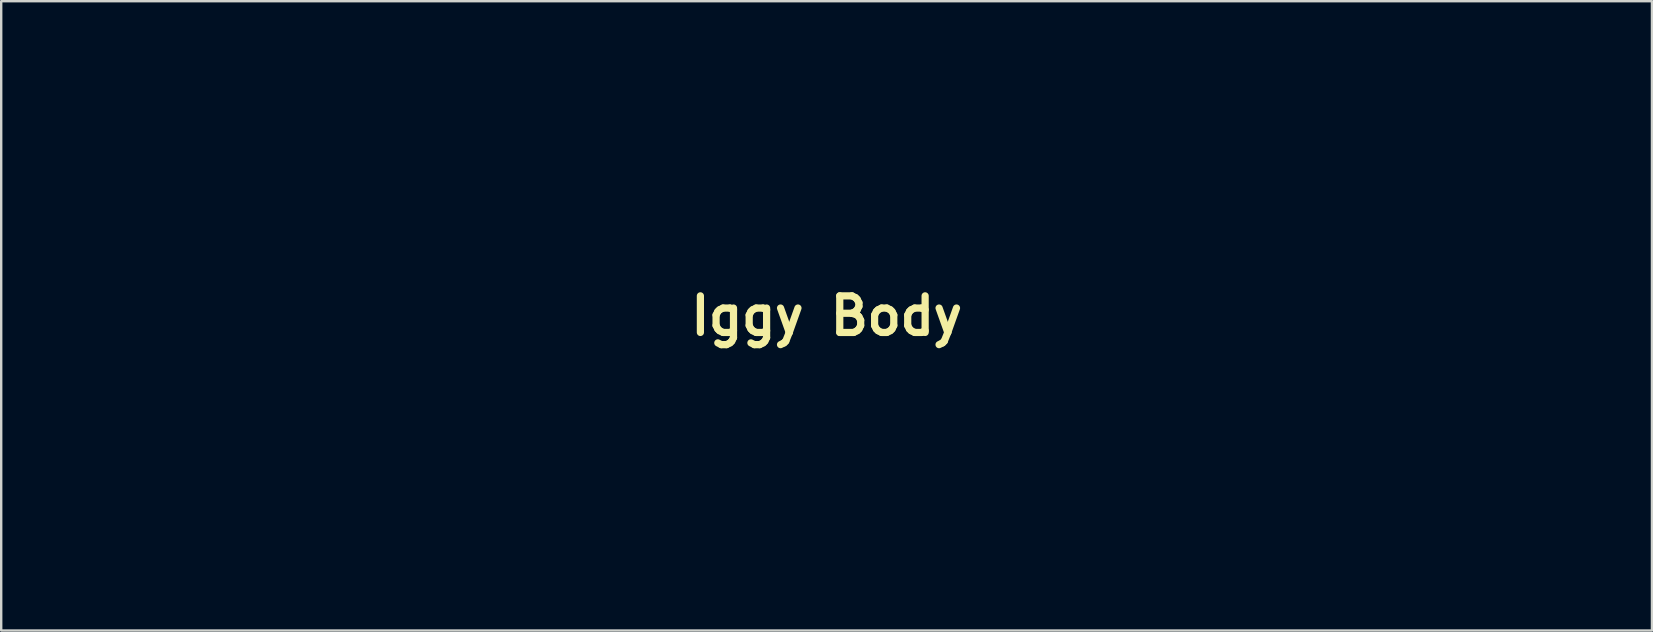
<source format=kicad_pcb>
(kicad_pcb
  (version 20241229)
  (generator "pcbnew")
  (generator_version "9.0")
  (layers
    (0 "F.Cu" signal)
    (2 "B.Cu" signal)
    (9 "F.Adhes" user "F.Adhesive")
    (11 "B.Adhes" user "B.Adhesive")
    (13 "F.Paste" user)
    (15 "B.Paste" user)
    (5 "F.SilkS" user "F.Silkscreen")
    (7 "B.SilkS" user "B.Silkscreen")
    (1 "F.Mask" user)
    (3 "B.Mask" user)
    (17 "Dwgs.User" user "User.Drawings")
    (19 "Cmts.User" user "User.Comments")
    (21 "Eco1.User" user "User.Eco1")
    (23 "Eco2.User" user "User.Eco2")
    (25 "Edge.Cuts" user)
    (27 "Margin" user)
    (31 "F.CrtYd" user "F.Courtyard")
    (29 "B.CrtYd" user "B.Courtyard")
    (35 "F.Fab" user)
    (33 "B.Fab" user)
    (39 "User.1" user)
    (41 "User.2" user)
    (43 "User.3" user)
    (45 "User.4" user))
  (footprint "Iggy Body"
    (layer "F.Cu")
    (at 31.388 10.109)
    (property "Reference" "Iggy Body" (at 0 0 0) (layer "F.SilkS") (effects (font (size 1.524 1.524) (thickness 0.3))))
    (attr through_hole)
    (fp_poly (pts (xy -24.613 -10.078) (xy -24.281 -10.024) (xy -23.98 -9.941) (xy -23.719 -9.834) (xy -23.584 -9.758) (xy -23.419 -9.649) (xy -23.228 -9.512) (xy -23.014 -9.349) (xy -22.782 -9.161) (xy -22.535 -8.954) (xy -22.276 -8.728) (xy -22.26 -8.713) (xy -22.023 -8.508) (xy -21.763 -8.293) (xy -21.49 -8.076) (xy -21.216 -7.865) (xy -20.951 -7.669) (xy -20.706 -7.496) (xy -20.622 -7.44) (xy -20.341 -7.265) (xy -20.072 -7.122) (xy -19.804 -7.01) (xy -19.529 -6.923) (xy -19.234 -6.86) (xy -18.911 -6.816) (xy -18.67 -6.796) (xy -18.301 -6.782) (xy -17.946 -6.794) (xy -17.591 -6.833) (xy -17.226 -6.9) (xy -16.838 -6.996) (xy -16.759 -7.018) (xy -16.589 -7.069) (xy -16.422 -7.123) (xy -16.25 -7.182) (xy -16.067 -7.25) (xy -15.864 -7.33) (xy -15.636 -7.423) (xy -15.376 -7.533) (xy -15.216 -7.601) (xy -14.717 -7.812) (xy -14.254 -8.001) (xy -13.824 -8.167) (xy -13.421 -8.314) (xy -13.041 -8.442) (xy -12.678 -8.553) (xy -12.329 -8.648) (xy -11.987 -8.728) (xy -11.648 -8.796) (xy -11.308 -8.852) (xy -10.961 -8.899) (xy -10.837 -8.913) (xy -10.648 -8.931) (xy -10.427 -8.949) (xy -10.17 -8.965) (xy -9.875 -8.981) (xy -9.539 -8.996) (xy -9.16 -9.011) (xy -8.83 -9.022) (xy -8.554 -9.032) (xy -8.319 -9.04) (xy -8.117 -9.048) (xy -7.941 -9.056) (xy -7.782 -9.064) (xy -7.635 -9.073) (xy -7.49 -9.084) (xy -7.34 -9.096) (xy -7.178 -9.11) (xy -7.064 -9.12) (xy -6.738 -9.148) (xy -6.451 -9.168) (xy -6.194 -9.18) (xy -5.958 -9.183) (xy -5.735 -9.178) (xy -5.514 -9.165) (xy -5.288 -9.143) (xy -5.047 -9.112) (xy -4.85 -9.082) (xy -4.721 -9.063) (xy -4.555 -9.042) (xy -4.362 -9.018) (xy -4.154 -8.993) (xy -3.942 -8.97) (xy -3.737 -8.949) (xy -3.223 -8.894) (xy -2.728 -8.835) (xy -2.241 -8.769) (xy -1.753 -8.696) (xy -1.255 -8.613) (xy -0.736 -8.52) (xy -0.186 -8.415) (xy 0.157 -8.346) (xy 0.601 -8.257) (xy 1.01 -8.176) (xy 1.383 -8.106) (xy 1.718 -8.044) (xy 2.013 -7.993) (xy 2.264 -7.953) (xy 2.472 -7.923) (xy 2.485 -7.922) (xy 2.671 -7.897) (xy 2.879 -7.87) (xy 3.088 -7.842) (xy 3.28 -7.816) (xy 3.387 -7.802) (xy 3.531 -7.783) (xy 3.711 -7.762) (xy 3.915 -7.739) (xy 4.129 -7.716) (xy 4.342 -7.695) (xy 4.487 -7.681) (xy 4.772 -7.654) (xy 5.071 -7.625) (xy 5.378 -7.594) (xy 5.687 -7.562) (xy 5.991 -7.53) (xy 6.285 -7.498) (xy 6.562 -7.467) (xy 6.815 -7.438) (xy 7.04 -7.411) (xy 7.229 -7.387) (xy 7.375 -7.367) (xy 7.378 -7.366) (xy 7.913 -7.287) (xy 8.406 -7.21) (xy 8.865 -7.136) (xy 9.297 -7.062) (xy 9.708 -6.988) (xy 10.106 -6.911) (xy 10.498 -6.832) (xy 10.89 -6.747) (xy 11.289 -6.657) (xy 11.703 -6.559) (xy 11.902 -6.511) (xy 12.085 -6.467) (xy 12.261 -6.425) (xy 12.42 -6.387) (xy 12.557 -6.355) (xy 12.663 -6.33) (xy 12.73 -6.316) (xy 12.736 -6.314) (xy 12.789 -6.303) (xy 12.884 -6.283) (xy 13.015 -6.255) (xy 13.177 -6.22) (xy 13.366 -6.179) (xy 13.575 -6.134) (xy 13.799 -6.085) (xy 14.03 -6.035) (xy 14.475 -5.938) (xy 14.874 -5.853) (xy 15.226 -5.778) (xy 15.534 -5.715) (xy 15.798 -5.662) (xy 16.018 -5.619) (xy 16.195 -5.587) (xy 16.329 -5.565) (xy 16.341 -5.564) (xy 16.409 -5.554) (xy 16.519 -5.537) (xy 16.662 -5.515) (xy 16.833 -5.488) (xy 17.025 -5.459) (xy 17.231 -5.426) (xy 17.441 -5.393) (xy 17.654 -5.36) (xy 17.85 -5.329) (xy 18.031 -5.301) (xy 18.201 -5.275) (xy 18.362 -5.252) (xy 18.517 -5.229) (xy 18.67 -5.209) (xy 18.824 -5.189) (xy 18.982 -5.17) (xy 19.146 -5.151) (xy 19.32 -5.133) (xy 19.507 -5.114) (xy 19.71 -5.095) (xy 19.932 -5.076) (xy 20.175 -5.055) (xy 20.444 -5.032) (xy 20.741 -5.008) (xy 21.068 -4.983) (xy 21.43 -4.954) (xy 21.829 -4.923) (xy 22.268 -4.89) (xy 22.751 -4.853) (xy 23.09 -4.827) (xy 23.549 -4.792) (xy 23.963 -4.76) (xy 24.336 -4.732) (xy 24.671 -4.706) (xy 24.972 -4.683) (xy 25.241 -4.663) (xy 25.483 -4.645) (xy 25.701 -4.629) (xy 25.899 -4.615) (xy 26.079 -4.602) (xy 26.245 -4.59) (xy 26.401 -4.58) (xy 26.55 -4.57) (xy 26.696 -4.561) (xy 26.842 -4.552) (xy 26.991 -4.543) (xy 27.147 -4.535) (xy 27.314 -4.525) (xy 27.494 -4.515) (xy 27.565 -4.511) (xy 27.815 -4.497) (xy 28.07 -4.481) (xy 28.324 -4.465) (xy 28.565 -4.449) (xy 28.788 -4.433) (xy 28.982 -4.418) (xy 29.139 -4.406) (xy 29.186 -4.401) (xy 29.417 -4.379) (xy 29.656 -4.354) (xy 29.898 -4.326) (xy 30.138 -4.298) (xy 30.371 -4.268) (xy 30.59 -4.239) (xy 30.792 -4.21) (xy 30.969 -4.183) (xy 31.118 -4.158) (xy 31.233 -4.136) (xy 31.308 -4.118) (xy 31.333 -4.109) (xy 31.367 -4.067) (xy 31.372 -4.008) (xy 31.348 -3.953) (xy 31.337 -3.942) (xy 31.306 -3.933) (xy 31.233 -3.924) (xy 31.117 -3.914) (xy 30.959 -3.904) (xy 30.759 -3.895) (xy 30.514 -3.885) (xy 30.226 -3.874) (xy 29.893 -3.864) (xy 29.516 -3.853) (xy 29.093 -3.842) (xy 28.625 -3.831) (xy 28.11 -3.819) (xy 27.549 -3.807) (xy 26.94 -3.795) (xy 26.284 -3.783) (xy 25.763 -3.773) (xy 25.335 -3.765) (xy 24.919 -3.755) (xy 24.51 -3.743) (xy 24.106 -3.73) (xy 23.703 -3.714) (xy 23.298 -3.697) (xy 22.887 -3.676) (xy 22.467 -3.654) (xy 22.034 -3.628) (xy 21.585 -3.599) (xy 21.116 -3.566) (xy 20.625 -3.53) (xy 20.107 -3.491) (xy 19.56 -3.447) (xy 18.979 -3.399) (xy 18.362 -3.347) (xy 17.704 -3.29) (xy 17.003 -3.228) (xy 16.752 -3.205) (xy 16.451 -3.178) (xy 16.134 -3.15) (xy 15.809 -3.121) (xy 15.485 -3.093) (xy 15.171 -3.065) (xy 14.876 -3.039) (xy 14.608 -3.015) (xy 14.376 -2.995) (xy 14.297 -2.988) (xy 13.601 -2.926) (xy 12.937 -2.864) (xy 12.304 -2.803) (xy 11.705 -2.743) (xy 11.141 -2.684) (xy 10.614 -2.626) (xy 10.125 -2.569) (xy 9.677 -2.514) (xy 9.27 -2.46) (xy 8.906 -2.409) (xy 8.588 -2.359) (xy 8.316 -2.312) (xy 8.297 -2.308) (xy 8.123 -2.273) (xy 7.91 -2.226) (xy 7.669 -2.169) (xy 7.408 -2.105) (xy 7.135 -2.035) (xy 6.859 -1.962) (xy 6.683 -1.914) (xy 6.586 -1.888) (xy 6.505 -1.864) (xy 6.434 -1.84) (xy 6.368 -1.813) (xy 6.301 -1.78) (xy 6.228 -1.736) (xy 6.143 -1.68) (xy 6.04 -1.607) (xy 5.914 -1.514) (xy 5.758 -1.397) (xy 5.624 -1.297) (xy 5.207 -0.979) (xy 4.83 -0.681) (xy 4.494 -0.402) (xy 4.199 -0.144) (xy 3.945 0.094) (xy 3.733 0.31) (xy 3.652 0.4) (xy 3.534 0.539) (xy 3.398 0.704) (xy 3.248 0.891) (xy 3.087 1.095) (xy 2.918 1.311) (xy 2.746 1.536) (xy 2.573 1.764) (xy 2.404 1.991) (xy 2.24 2.211) (xy 2.087 2.421) (xy 1.948 2.616) (xy 1.825 2.791) (xy 1.723 2.941) (xy 1.645 3.062) (xy 1.601 3.138) (xy 1.561 3.211) (xy 1.523 3.268) (xy 1.484 3.312) (xy 1.435 3.343) (xy 1.372 3.364) (xy 1.287 3.377) (xy 1.176 3.382) (xy 1.031 3.383) (xy 0.847 3.379) (xy 0.744 3.377) (xy 0.145 3.363) (xy 0.159 3.466) (xy 0.18 3.605) (xy 0.209 3.767) (xy 0.242 3.937) (xy 0.278 4.104) (xy 0.312 4.254) (xy 0.344 4.375) (xy 0.355 4.412) (xy 0.424 4.604) (xy 0.515 4.813) (xy 0.619 5.017) (xy 0.724 5.196) (xy 0.727 5.201) (xy 0.782 5.276) (xy 0.862 5.375) (xy 0.957 5.484) (xy 1.058 5.594) (xy 1.088 5.624) (xy 1.275 5.831) (xy 1.422 6.03) (xy 1.534 6.23) (xy 1.616 6.44) (xy 1.674 6.67) (xy 1.695 6.803) (xy 1.707 6.902) (xy 1.711 6.991) (xy 1.708 7.082) (xy 1.695 7.185) (xy 1.672 7.311) (xy 1.638 7.472) (xy 1.632 7.499) (xy 1.616 7.594) (xy 1.599 7.717) (xy 1.586 7.848) (xy 1.582 7.91) (xy 1.577 8.064) (xy 1.585 8.21) (xy 1.607 8.36) (xy 1.645 8.525) (xy 1.7 8.715) (xy 1.743 8.846) (xy 1.78 8.959) (xy 1.81 9.058) (xy 1.831 9.133) (xy 1.838 9.174) (xy 1.838 9.174) (xy 1.816 9.246) (xy 1.755 9.329) (xy 1.659 9.419) (xy 1.536 9.51) (xy 1.391 9.598) (xy 1.231 9.679) (xy 1.063 9.749) (xy 1.003 9.769) (xy 0.873 9.81) (xy 0.751 9.844) (xy 0.628 9.871) (xy 0.498 9.891) (xy 0.354 9.907) (xy 0.187 9.919) (xy -0.008 9.927) (xy -0.239 9.933) (xy -0.416 9.936) (xy -1.159 9.947) (xy -1.226 9.878) (xy -1.266 9.842) (xy -1.306 9.821) (xy -1.361 9.813) (xy -1.446 9.812) (xy -1.467 9.812) (xy -1.596 9.822) (xy -1.705 9.849) (xy -1.778 9.879) (xy -1.866 9.917) (xy -1.923 9.936) (xy -1.96 9.937) (xy -1.991 9.921) (xy -2.007 9.906) (xy -2.046 9.884) (xy -2.096 9.89) (xy -2.121 9.898) (xy -2.2 9.916) (xy -2.251 9.9) (xy -2.274 9.857) (xy -2.269 9.791) (xy -2.239 9.708) (xy -2.183 9.612) (xy -2.104 9.509) (xy -2.03 9.431) (xy -1.857 9.291) (xy -1.661 9.186) (xy -1.456 9.123) (xy -1.427 9.118) (xy -1.335 9.101) (xy -1.254 9.083) (xy -1.21 9.07) (xy -1.159 9.058) (xy -1.075 9.043) (xy -0.972 9.028) (xy -0.919 9.022) (xy -0.684 8.987) (xy -0.485 8.942) (xy -0.309 8.882) (xy -0.263 8.862) (xy -0.193 8.827) (xy -0.136 8.786) (xy -0.081 8.73) (xy -0.016 8.647) (xy 0.013 8.607) (xy 0.116 8.449) (xy 0.185 8.305) (xy 0.224 8.161) (xy 0.237 8.003) (xy 0.235 7.892) (xy 0.229 7.784) (xy 0.219 7.709) (xy 0.201 7.649) (xy 0.17 7.588) (xy 0.119 7.51) (xy 0.115 7.503) (xy -0.015 7.283) (xy -0.124 7.048) (xy -0.205 6.815) (xy -0.22 6.762) (xy -0.276 6.551) (xy -0.331 6.374) (xy -0.392 6.218) (xy -0.465 6.069) (xy -0.556 5.912) (xy -0.67 5.736) (xy -0.674 5.73) (xy -0.951 5.351) (xy -1.273 4.97) (xy -1.638 4.591) (xy -2.043 4.218) (xy -2.371 3.943) (xy -2.517 3.823) (xy -2.664 3.697) (xy -2.805 3.575) (xy -2.929 3.462) (xy -3.027 3.368) (xy -3.062 3.332) (xy -3.282 3.103) (xy -3.668 3.063) (xy -3.841 3.045) (xy -3.972 3.033) (xy -4.068 3.026) (xy -4.134 3.027) (xy -4.176 3.035) (xy -4.202 3.053) (xy -4.217 3.08) (xy -4.227 3.119) (xy -4.234 3.151) (xy -4.293 3.377) (xy -4.358 3.576) (xy -4.438 3.761) (xy -4.537 3.95) (xy -4.663 4.156) (xy -4.677 4.177) (xy -4.879 4.515) (xy -5.051 4.861) (xy -5.191 5.207) (xy -5.295 5.546) (xy -5.361 5.869) (xy -5.369 5.926) (xy -5.39 6.156) (xy -5.39 6.368) (xy -5.37 6.584) (xy -5.343 6.75) (xy -5.307 7.026) (xy -5.305 7.278) (xy -5.339 7.519) (xy -5.412 7.761) (xy -5.514 7.995) (xy -5.595 8.146) (xy -5.684 8.279) (xy -5.794 8.414) (xy -5.83 8.455) (xy -6 8.651) (xy -6.135 8.828) (xy -6.238 8.992) (xy -6.313 9.151) (xy -6.364 9.314) (xy -6.395 9.489) (xy -6.409 9.652) (xy -6.423 9.93) (xy -7.92 9.936) (xy -9.417 9.943) (xy -9.561 9.781) (xy -9.781 9.863) (xy -9.89 9.902) (xy -9.965 9.924) (xy -10.016 9.93) (xy -10.053 9.922) (xy -10.056 9.92) (xy -10.1 9.882) (xy -10.112 9.846) (xy -10.112 9.817) (xy -10.12 9.803) (xy -10.144 9.806) (xy -10.195 9.826) (xy -10.269 9.859) (xy -10.378 9.9) (xy -10.453 9.912) (xy -10.498 9.893) (xy -10.518 9.844) (xy -10.518 9.841) (xy -10.506 9.752) (xy -10.454 9.646) (xy -10.364 9.526) (xy -10.275 9.432) (xy -10.09 9.283) (xy -9.885 9.178) (xy -9.676 9.12) (xy -9.578 9.099) (xy -9.485 9.075) (xy -9.431 9.058) (xy -9.368 9.041) (xy -9.273 9.024) (xy -9.161 9.007) (xy -9.099 9) (xy -8.869 8.97) (xy -8.666 8.928) (xy -8.474 8.868) (xy -8.278 8.786) (xy -8.063 8.677) (xy -8.046 8.668) (xy -7.794 8.517) (xy -7.59 8.367) (xy -7.433 8.215) (xy -7.322 8.063) (xy -7.307 8.035) (xy -7.282 7.974) (xy -7.266 7.904) (xy -7.259 7.813) (xy -7.257 7.708) (xy -7.256 7.625) (xy -7.252 7.555) (xy -7.243 7.487) (xy -7.226 7.412) (xy -7.2 7.321) (xy -7.162 7.203) (xy -7.11 7.05) (xy -7.11 7.048) (xy -7.042 6.85) (xy -6.988 6.69) (xy -6.945 6.56) (xy -6.913 6.45) (xy -6.891 6.353) (xy -6.875 6.261) (xy -6.866 6.165) (xy -6.861 6.056) (xy -6.86 5.927) (xy -6.86 5.769) (xy -6.86 5.648) (xy -6.86 5.45) (xy -6.862 5.29) (xy -6.865 5.16) (xy -6.871 5.05) (xy -6.879 4.95) (xy -6.892 4.852) (xy -6.908 4.745) (xy -6.926 4.645) (xy -6.951 4.51) (xy -6.984 4.349) (xy -7.023 4.168) (xy -7.067 3.973) (xy -7.114 3.771) (xy -7.162 3.568) (xy -7.21 3.372) (xy -7.257 3.187) (xy -7.3 3.021) (xy -7.338 2.881) (xy -7.37 2.772) (xy -7.394 2.701) (xy -7.401 2.686) (xy -7.421 2.671) (xy -7.47 2.656) (xy -7.552 2.639) (xy -7.671 2.62) (xy -7.831 2.598) (xy -7.949 2.583) (xy -8.502 2.51) (xy -9.063 2.433) (xy -9.623 2.352) (xy -10.175 2.269) (xy -10.71 2.185) (xy -11.22 2.101) (xy -11.696 2.019) (xy -12.032 1.958) (xy -12.163 1.934) (xy -12.275 1.915) (xy -12.362 1.902) (xy -12.414 1.895) (xy -12.427 1.896) (xy -12.421 1.92) (xy -12.401 1.982) (xy -12.369 2.075) (xy -12.326 2.192) (xy -12.277 2.324) (xy -12.201 2.526) (xy -12.141 2.693) (xy -12.096 2.833) (xy -12.062 2.956) (xy -12.039 3.071) (xy -12.023 3.187) (xy -12.013 3.312) (xy -12.006 3.457) (xy -12.005 3.483) (xy -12.002 3.616) (xy -12.001 3.724) (xy -12.004 3.82) (xy -12.012 3.915) (xy -12.025 4.021) (xy -12.046 4.15) (xy -12.074 4.312) (xy -12.08 4.342) (xy -12.19 5.07) (xy -12.257 5.777) (xy -12.28 6.466) (xy -12.274 6.834) (xy -12.269 6.994) (xy -12.264 7.114) (xy -12.257 7.203) (xy -12.249 7.268) (xy -12.237 7.318) (xy -12.22 7.361) (xy -12.198 7.406) (xy -12.187 7.426) (xy -12.138 7.501) (xy -12.067 7.596) (xy -11.983 7.696) (xy -11.929 7.755) (xy -11.808 7.885) (xy -11.697 8.007) (xy -11.601 8.117) (xy -11.524 8.208) (xy -11.47 8.277) (xy -11.444 8.318) (xy -11.442 8.324) (xy -11.429 8.357) (xy -11.396 8.414) (xy -11.369 8.456) (xy -11.305 8.563) (xy -11.258 8.668) (xy -11.232 8.762) (xy -11.227 8.838) (xy -11.247 8.885) (xy -11.261 8.893) (xy -11.289 8.897) (xy -11.326 8.884) (xy -11.379 8.851) (xy -11.453 8.793) (xy -11.555 8.707) (xy -11.563 8.701) (xy -11.684 8.597) (xy -11.776 8.519) (xy -11.847 8.461) (xy -11.902 8.418) (xy -11.951 8.383) (xy -12 8.351) (xy -12.017 8.34) (xy -12.102 8.281) (xy -12.192 8.207) (xy -12.24 8.163) (xy -12.317 8.098) (xy -12.399 8.044) (xy -12.474 8.005) (xy -12.532 7.99) (xy -12.553 7.994) (xy -12.568 8.024) (xy -12.585 8.091) (xy -12.604 8.186) (xy -12.622 8.298) (xy -12.636 8.413) (xy -12.639 8.495) (xy -12.637 8.613) (xy -12.629 8.758) (xy -12.617 8.916) (xy -12.601 9.077) (xy -12.583 9.23) (xy -12.568 9.334) (xy -12.549 9.501) (xy -12.547 9.654) (xy -12.559 9.785) (xy -12.586 9.885) (xy -12.627 9.947) (xy -12.629 9.948) (xy -12.7 9.98) (xy -12.792 9.99) (xy -12.883 9.977) (xy -12.939 9.951) (xy -12.98 9.927) (xy -13.009 9.933) (xy -13.047 9.973) (xy -13.11 10.034) (xy -13.185 10.072) (xy -13.286 10.094) (xy -13.332 10.1) (xy -13.438 10.103) (xy -13.525 10.082) (xy -13.559 10.068) (xy -13.627 10.031) (xy -13.679 9.992) (xy -13.689 9.982) (xy -13.731 9.95) (xy -13.787 9.946) (xy -13.868 9.971) (xy -13.913 9.99) (xy -14.012 10.023) (xy -14.11 10.037) (xy -14.193 10.031) (xy -14.247 10.004) (xy -14.249 10.001) (xy -14.269 9.957) (xy -14.285 9.883) (xy -14.292 9.834) (xy -14.288 9.719) (xy -14.263 9.582) (xy -14.223 9.441) (xy -14.172 9.313) (xy -14.148 9.267) (xy -14.125 9.217) (xy -14.09 9.131) (xy -14.048 9.017) (xy -14.002 8.885) (xy -13.963 8.771) (xy -13.826 8.358) (xy -13.831 8.081) (xy -13.835 7.966) (xy -13.84 7.866) (xy -13.845 7.793) (xy -13.851 7.76) (xy -13.885 7.725) (xy -13.956 7.72) (xy -14.064 7.748) (xy -14.071 7.75) (xy -14.149 7.77) (xy -14.204 7.763) (xy -14.213 7.758) (xy -14.291 7.726) (xy -14.405 7.694) (xy -14.545 7.664) (xy -14.699 7.638) (xy -14.855 7.62) (xy -14.865 7.619) (xy -15 7.606) (xy -15.142 7.592) (xy -15.269 7.578) (xy -15.324 7.571) (xy -15.418 7.56) (xy -15.493 7.552) (xy -15.537 7.547) (xy -15.542 7.547) (xy -15.542 7.539) (xy -15.504 7.516) (xy -15.434 7.483) (xy -15.338 7.441) (xy -15.223 7.393) (xy -15.096 7.343) (xy -14.963 7.292) (xy -14.831 7.244) (xy -14.706 7.2) (xy -14.705 7.2) (xy -14.567 7.153) (xy -14.44 7.107) (xy -14.332 7.066) (xy -14.253 7.033) (xy -14.22 7.017) (xy -14.151 6.985) (xy -14.091 6.982) (xy -14.059 6.99) (xy -13.957 6.998) (xy -13.911 6.988) (xy -13.871 6.969) (xy -13.847 6.939) (xy -13.829 6.883) (xy -13.816 6.814) (xy -13.767 6.411) (xy -13.747 5.981) (xy -13.757 5.533) (xy -13.796 5.079) (xy -13.818 4.911) (xy -13.842 4.727) (xy -13.858 4.539) (xy -13.868 4.333) (xy -13.872 4.095) (xy -13.872 4.064) (xy -13.875 3.568) (xy -14.041 3.266) (xy -14.183 3.008) (xy -14.31 2.784) (xy -14.427 2.583) (xy -14.541 2.395) (xy -14.656 2.211) (xy -14.712 2.124) (xy -14.803 1.979) (xy -14.902 1.816) (xy -14.998 1.653) (xy -15.08 1.508) (xy -15.093 1.483) (xy -15.261 1.173) (xy -15.39 1.128) (xy -15.506 1.083) (xy -15.652 1.018) (xy -15.817 0.939) (xy -15.991 0.853) (xy -16.162 0.764) (xy -16.319 0.679) (xy -16.451 0.602) (xy -16.526 0.555) (xy -16.638 0.472) (xy -16.767 0.367) (xy -16.896 0.253) (xy -16.994 0.159) (xy -17.084 0.066) (xy -17.16 -0.02) (xy -17.226 -0.105) (xy -17.285 -0.195) (xy -17.338 -0.296) (xy -17.39 -0.414) (xy -17.441 -0.554) (xy -17.495 -0.722) (xy -17.555 -0.923) (xy -17.623 -1.164) (xy -17.646 -1.246) (xy -17.736 -1.53) (xy -17.837 -1.772) (xy -17.954 -1.975) (xy -18.088 -2.144) (xy -18.243 -2.284) (xy -18.422 -2.399) (xy -18.446 -2.412) (xy -18.522 -2.447) (xy -18.635 -2.494) (xy -18.777 -2.549) (xy -18.94 -2.61) (xy -19.116 -2.672) (xy -19.281 -2.729) (xy -19.523 -2.812) (xy -19.728 -2.884) (xy -19.907 -2.951) (xy -20.068 -3.015) (xy -20.221 -3.081) (xy -20.376 -3.153) (xy -20.542 -3.235) (xy -20.729 -3.332) (xy -20.888 -3.416) (xy -21.202 -3.583) (xy -21.477 -3.734) (xy -21.722 -3.873) (xy -21.941 -4.003) (xy -22.142 -4.129) (xy -22.331 -4.255) (xy -22.514 -4.386) (xy -22.697 -4.525) (xy -22.887 -4.677) (xy -23.089 -4.845) (xy -23.237 -4.971) (xy -23.416 -5.124) (xy -23.565 -5.249) (xy -23.692 -5.352) (xy -23.804 -5.437) (xy -23.908 -5.51) (xy -24.01 -5.574) (xy -24.119 -5.635) (xy -24.24 -5.697) (xy -24.382 -5.765) (xy -24.507 -5.824) (xy -24.728 -5.922) (xy -24.926 -5.998) (xy -25.115 -6.056) (xy -25.31 -6.1) (xy -25.525 -6.134) (xy -25.75 -6.159) (xy -26.22 -6.188) (xy -26.672 -6.181) (xy -27.117 -6.139) (xy -27.372 -6.099) (xy -27.657 -6.047) (xy -27.941 -5.991) (xy -28.218 -5.934) (xy -28.484 -5.876) (xy -28.731 -5.82) (xy -28.954 -5.765) (xy -29.147 -5.714) (xy -29.305 -5.668) (xy -29.421 -5.629) (xy -29.431 -5.625) (xy -29.511 -5.592) (xy -29.62 -5.544) (xy -29.745 -5.488) (xy -29.871 -5.431) (xy -29.874 -5.429) (xy -29.997 -5.373) (xy -30.087 -5.335) (xy -30.155 -5.312) (xy -30.21 -5.302) (xy -30.262 -5.3) (xy -30.298 -5.303) (xy -30.446 -5.335) (xy -30.605 -5.407) (xy -30.768 -5.512) (xy -30.925 -5.645) (xy -31.062 -5.792) (xy -31.161 -5.912) (xy -31.105 -5.955) (xy -31.062 -5.982) (xy -30.987 -6.025) (xy -30.888 -6.079) (xy -30.776 -6.136) (xy -30.758 -6.146) (xy -30.618 -6.214) (xy -30.502 -6.264) (xy -30.391 -6.301) (xy -30.269 -6.332) (xy -30.186 -6.349) (xy -30.046 -6.38) (xy -29.947 -6.408) (xy -29.882 -6.436) (xy -29.851 -6.459) (xy -29.787 -6.507) (xy -29.728 -6.536) (xy -29.672 -6.571) (xy -29.658 -6.607) (xy -29.662 -6.644) (xy -29.675 -6.715) (xy -29.694 -6.808) (xy -29.716 -6.913) (xy -29.738 -7.018) (xy -29.76 -7.112) (xy -29.777 -7.184) (xy -29.788 -7.224) (xy -29.79 -7.228) (xy -29.813 -7.22) (xy -29.865 -7.193) (xy -29.937 -7.153) (xy -29.941 -7.151) (xy -30.018 -7.103) (xy -30.064 -7.064) (xy -30.091 -7.02) (xy -30.109 -6.957) (xy -30.113 -6.937) (xy -30.156 -6.799) (xy -30.219 -6.696) (xy -30.312 -6.614) (xy -30.362 -6.582) (xy -30.566 -6.491) (xy -30.798 -6.431) (xy -31.046 -6.406) (xy -31.118 -6.406) (xy -31.221 -6.408) (xy -31.305 -6.413) (xy -31.359 -6.419) (xy -31.372 -6.424) (xy -31.377 -6.452) (xy -31.381 -6.52) (xy -31.383 -6.617) (xy -31.383 -6.735) (xy -31.383 -6.769) (xy -31.363 -7.079) (xy -31.31 -7.356) (xy -31.224 -7.601) (xy -31.103 -7.818) (xy -30.971 -7.984) (xy -30.882 -8.074) (xy -30.797 -8.145) (xy -30.702 -8.204) (xy -30.588 -8.258) (xy -30.441 -8.314) (xy -30.388 -8.333) (xy -30.119 -8.429) (xy -29.845 -8.529) (xy -29.578 -8.631) (xy -29.329 -8.729) (xy -29.109 -8.819) (xy -29.023 -8.856) (xy -28.795 -8.953) (xy -28.551 -9.05) (xy -28.299 -9.146) (xy -28.046 -9.239) (xy -27.798 -9.325) (xy -27.564 -9.403) (xy -27.35 -9.469) (xy -27.164 -9.523) (xy -27.012 -9.559) (xy -26.965 -9.569) (xy -26.915 -9.584) (xy -26.83 -9.618) (xy -26.719 -9.667) (xy -26.59 -9.727) (xy -26.451 -9.794) (xy -26.433 -9.802) (xy -26.253 -9.889) (xy -26.105 -9.956) (xy -25.977 -10.006) (xy -25.859 -10.042) (xy -25.739 -10.066) (xy -25.606 -10.083) (xy -25.45 -10.094) (xy -25.352 -10.1) (xy -24.971 -10.104) (xy -24.613 -10.078)) (stroke (width 0.01) (type solid)) (fill no) (layer "Eco2.User")))
  (gr_rect
    (start -3 -3)
    (end 65.766 23.216)
    (stroke (width 0.1) (type default))
    (fill no)
    (layer "Edge.Cuts")))
</source>
